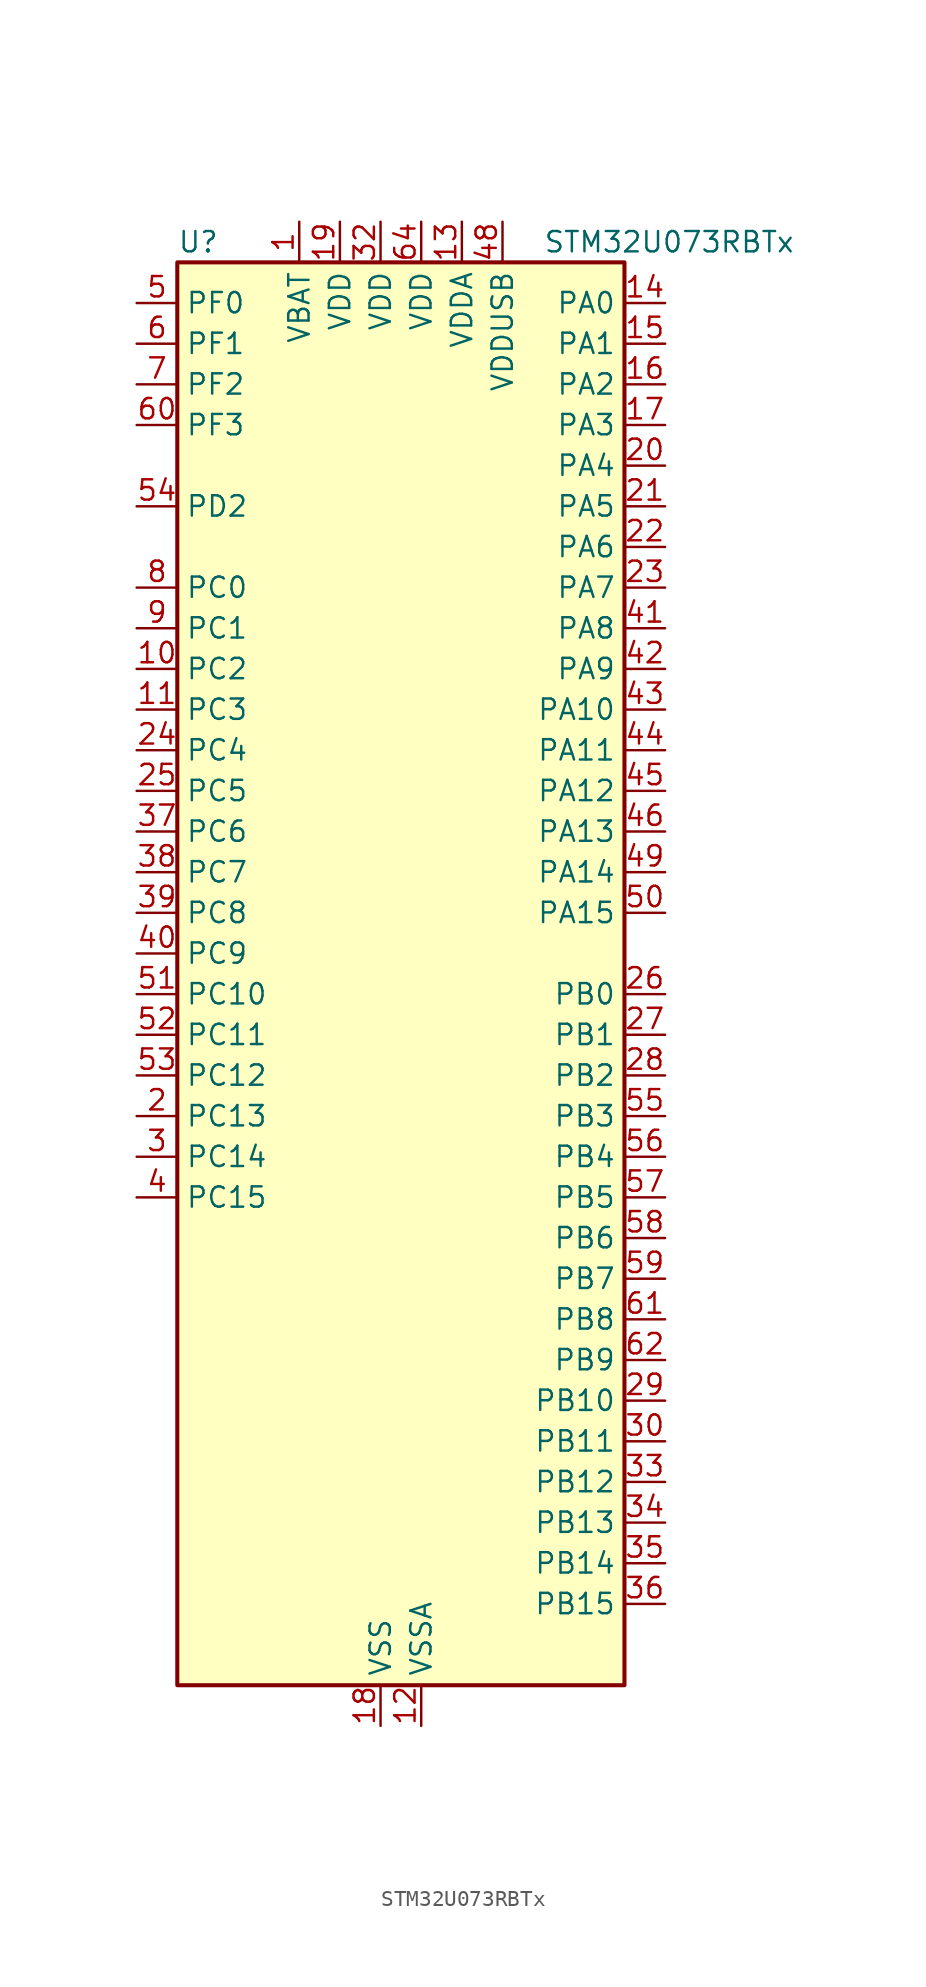
<source format=kicad_sym>
(kicad_symbol_lib
  (version 20231120)
  (generator "kicad_symbol_editor")
  (generator_version "8.99")
  (symbol "STM32U073RBTx"
    (property "Reference" "U"
      (at -12.7 46.99 0)
      (effects (font (size 1.27 1.27)) (justify left)))
    (property "Value" "STM32U073RBTx"
      (at 10.16 46.99 0)
      (effects (font (size 1.27 1.27)) (justify left)))
    (property "ki_locked" ""
      (at 0 0 0)
      (effects (font (size 1.27 1.27))))
    (symbol "STM32U073RBTx_0_1"
      (rectangle (start -12.7 -43.18) (end 15.24 45.72) (stroke (width 0.254) (type default)) (fill (type background))))
    (symbol "STM32U073RBTx_1_1"
      (pin power_in line (at -5.08 48.26 270) (length 2.54) (name "VBAT" (effects (font (size 1.27 1.27)))) (number "1" (effects (font (size 1.27 1.27)))))
      (pin bidirectional line (at -15.24 20.32 0) (length 2.54) (name "PC2" (effects (font (size 1.27 1.27)))) (number "10" (effects (font (size 1.27 1.27)))) (alternate "ADC1_IN2" bidirectional line) (alternate "LCD_BIAS3" bidirectional line) (alternate "LCD_SEG20" bidirectional line) (alternate "LPTIM1_IN2" bidirectional line) (alternate "RCC_MCO2" bidirectional line) (alternate "SPI2_MISO" bidirectional line))
      (pin bidirectional line (at -15.24 17.78 0) (length 2.54) (name "PC3" (effects (font (size 1.27 1.27)))) (number "11" (effects (font (size 1.27 1.27)))) (alternate "ADC1_IN3" bidirectional line) (alternate "LPTIM1_ETR" bidirectional line) (alternate "LPTIM2_ETR" bidirectional line) (alternate "LPTIM3_CH1" bidirectional line) (alternate "SPI2_MOSI" bidirectional line) (alternate "USART4_CK" bidirectional line))
      (pin power_in line (at 2.54 -45.72 90) (length 2.54) (name "VSSA" (effects (font (size 1.27 1.27)))) (number "12" (effects (font (size 1.27 1.27)))))
      (pin power_in line (at 5.08 48.26 270) (length 2.54) (name "VDDA" (effects (font (size 1.27 1.27)))) (number "13" (effects (font (size 1.27 1.27)))))
      (pin bidirectional line (at 17.78 43.18 180) (length 2.54) (name "PA0" (effects (font (size 1.27 1.27)))) (number "14" (effects (font (size 1.27 1.27)))) (alternate "ADC1_IN4" bidirectional line) (alternate "COMP1_INM" bidirectional line) (alternate "COMP1_OUT" bidirectional line) (alternate "LCD_SEG42" bidirectional line) (alternate "OPAMP1_VINP" bidirectional line) (alternate "PWR_WKUP1" bidirectional line) (alternate "TAMP_IN2" bidirectional line) (alternate "TIM2_CH1" bidirectional line) (alternate "TIM2_ETR" bidirectional line) (alternate "USART2_CTS" bidirectional line) (alternate "USART4_TX" bidirectional line))
      (pin bidirectional line (at 17.78 40.64 180) (length 2.54) (name "PA1" (effects (font (size 1.27 1.27)))) (number "15" (effects (font (size 1.27 1.27)))) (alternate "ADC1_IN5" bidirectional line) (alternate "COMP1_INP" bidirectional line) (alternate "LCD_SEG0" bidirectional line) (alternate "LPTIM1_CH2" bidirectional line) (alternate "OPAMP1_VINM" bidirectional line) (alternate "PWR_WKUP3" bidirectional line) (alternate "SPI1_SCK" bidirectional line) (alternate "SPI2_SCK" bidirectional line) (alternate "TAMP_IN5" bidirectional line) (alternate "TIM15_CH1N" bidirectional line) (alternate "TIM2_CH2" bidirectional line) (alternate "USART2_DE" bidirectional line) (alternate "USART2_RTS" bidirectional line) (alternate "USART4_RX" bidirectional line))
      (pin bidirectional line (at 17.78 38.1 180) (length 2.54) (name "PA2" (effects (font (size 1.27 1.27)))) (number "16" (effects (font (size 1.27 1.27)))) (alternate "ADC1_IN6" bidirectional line) (alternate "COMP2_INM" bidirectional line) (alternate "COMP2_OUT" bidirectional line) (alternate "LCD_SEG1" bidirectional line) (alternate "LPUART1_TX" bidirectional line) (alternate "PWR_WKUP4" bidirectional line) (alternate "RCC_LSCO" bidirectional line) (alternate "TIM15_CH1" bidirectional line) (alternate "TIM2_CH3" bidirectional line) (alternate "USART2_TX" bidirectional line))
      (pin bidirectional line (at 17.78 35.56 180) (length 2.54) (name "PA3" (effects (font (size 1.27 1.27)))) (number "17" (effects (font (size 1.27 1.27)))) (alternate "ADC1_IN7" bidirectional line) (alternate "COMP2_INP" bidirectional line) (alternate "LCD_SEG2" bidirectional line) (alternate "LPUART1_RX" bidirectional line) (alternate "OPAMP1_VOUT" bidirectional line) (alternate "TIM15_CH2" bidirectional line) (alternate "TIM2_CH4" bidirectional line) (alternate "USART2_RX" bidirectional line))
      (pin power_in line (at 0 -45.72 90) (length 2.54) (name "VSS" (effects (font (size 1.27 1.27)))) (number "18" (effects (font (size 1.27 1.27)))))
      (pin power_in line (at -2.54 48.26 270) (length 2.54) (name "VDD" (effects (font (size 1.27 1.27)))) (number "19" (effects (font (size 1.27 1.27)))))
      (pin bidirectional line (at -15.24 -7.62 0) (length 2.54) (name "PC13" (effects (font (size 1.27 1.27)))) (number "2" (effects (font (size 1.27 1.27)))) (alternate "LPTIM1_CH3" bidirectional line) (alternate "LPTIM3_CH3" bidirectional line) (alternate "PWR_WKUP2" bidirectional line) (alternate "RTC_OUT1" bidirectional line) (alternate "RTC_TS" bidirectional line) (alternate "TAMP_IN1" bidirectional line))
      (pin bidirectional line (at 17.78 33.02 180) (length 2.54) (name "PA4" (effects (font (size 1.27 1.27)))) (number "20" (effects (font (size 1.27 1.27)))) (alternate "ADC1_IN8" bidirectional line) (alternate "COMP1_INM" bidirectional line) (alternate "COMP2_INM" bidirectional line) (alternate "DAC1_OUT1" bidirectional line) (alternate "LCD_SEG43" bidirectional line) (alternate "LPTIM2_CH1" bidirectional line) (alternate "LPUART3_TX" bidirectional line) (alternate "SPI1_NSS" bidirectional line) (alternate "SPI3_NSS" bidirectional line) (alternate "USART2_CK" bidirectional line))
      (pin bidirectional line (at 17.78 30.48 180) (length 2.54) (name "PA5" (effects (font (size 1.27 1.27)))) (number "21" (effects (font (size 1.27 1.27)))) (alternate "ADC1_IN9" bidirectional line) (alternate "COMP1_INM" bidirectional line) (alternate "COMP2_INM" bidirectional line) (alternate "LCD_SEG44" bidirectional line) (alternate "LPTIM2_ETR" bidirectional line) (alternate "LPUART3_RX" bidirectional line) (alternate "SPI1_SCK" bidirectional line) (alternate "TIM2_CH1" bidirectional line) (alternate "TIM2_ETR" bidirectional line) (alternate "USART3_TX" bidirectional line))
      (pin bidirectional line (at 17.78 27.94 180) (length 2.54) (name "PA6" (effects (font (size 1.27 1.27)))) (number "22" (effects (font (size 1.27 1.27)))) (alternate "ADC1_IN10" bidirectional line) (alternate "COMP1_OUT" bidirectional line) (alternate "I2C2_SDA" bidirectional line) (alternate "I2C3_SDA" bidirectional line) (alternate "LCD_SEG3" bidirectional line) (alternate "LPUART1_CTS" bidirectional line) (alternate "SPI1_MISO" bidirectional line) (alternate "TIM16_CH1" bidirectional line) (alternate "TIM1_BKIN" bidirectional line) (alternate "TIM3_CH1" bidirectional line) (alternate "TSC_G5_IO1" bidirectional line) (alternate "USART3_CTS" bidirectional line))
      (pin bidirectional line (at 17.78 25.4 180) (length 2.54) (name "PA7" (effects (font (size 1.27 1.27)))) (number "23" (effects (font (size 1.27 1.27)))) (alternate "ADC1_IN14" bidirectional line) (alternate "COMP2_OUT" bidirectional line) (alternate "I2C2_SCL" bidirectional line) (alternate "I2C3_SCL" bidirectional line) (alternate "LCD_SEG4" bidirectional line) (alternate "LPTIM2_CH2" bidirectional line) (alternate "SPI1_MOSI" bidirectional line) (alternate "TIM1_CH1N" bidirectional line) (alternate "TIM3_CH2" bidirectional line) (alternate "USART3_RX" bidirectional line))
      (pin bidirectional line (at -15.24 15.24 0) (length 2.54) (name "PC4" (effects (font (size 1.27 1.27)))) (number "24" (effects (font (size 1.27 1.27)))) (alternate "ADC1_IN15" bidirectional line) (alternate "COMP1_INM" bidirectional line) (alternate "LCD_SEG22" bidirectional line) (alternate "LPUART3_TX" bidirectional line) (alternate "USART3_TX" bidirectional line))
      (pin bidirectional line (at -15.24 12.7 0) (length 2.54) (name "PC5" (effects (font (size 1.27 1.27)))) (number "25" (effects (font (size 1.27 1.27)))) (alternate "ADC1_IN16" bidirectional line) (alternate "COMP1_INP" bidirectional line) (alternate "LCD_SEG23" bidirectional line) (alternate "LPTIM3_CH3" bidirectional line) (alternate "LPUART3_RX" bidirectional line) (alternate "PWR_WKUP5" bidirectional line) (alternate "TAMP_IN4" bidirectional line) (alternate "USART3_RX" bidirectional line))
      (pin bidirectional line (at 17.78 0 180) (length 2.54) (name "PB0" (effects (font (size 1.27 1.27)))) (number "26" (effects (font (size 1.27 1.27)))) (alternate "ADC1_IN17" bidirectional line) (alternate "COMP1_OUT" bidirectional line) (alternate "LCD_SEG5" bidirectional line) (alternate "LPTIM3_CH1" bidirectional line) (alternate "LPUART2_CTS" bidirectional line) (alternate "SPI1_NSS" bidirectional line) (alternate "TIM1_CH2N" bidirectional line) (alternate "TIM3_CH3" bidirectional line) (alternate "TSC_G5_IO2" bidirectional line) (alternate "USART3_CK" bidirectional line))
      (pin bidirectional line (at 17.78 -2.54 180) (length 2.54) (name "PB1" (effects (font (size 1.27 1.27)))) (number "27" (effects (font (size 1.27 1.27)))) (alternate "ADC1_IN18" bidirectional line) (alternate "COMP1_INM" bidirectional line) (alternate "LCD_SEG6" bidirectional line) (alternate "LPTIM2_IN1" bidirectional line) (alternate "LPTIM3_CH2" bidirectional line) (alternate "LPUART1_DE" bidirectional line) (alternate "LPUART1_RTS" bidirectional line) (alternate "LPUART2_DE" bidirectional line) (alternate "LPUART2_RTS" bidirectional line) (alternate "TIM1_CH3N" bidirectional line) (alternate "TIM3_CH4" bidirectional line) (alternate "TSC_SYNC" bidirectional line) (alternate "USART3_DE" bidirectional line) (alternate "USART3_RTS" bidirectional line))
      (pin bidirectional line (at 17.78 -5.08 180) (length 2.54) (name "PB2" (effects (font (size 1.27 1.27)))) (number "28" (effects (font (size 1.27 1.27)))) (alternate "COMP1_INP" bidirectional line) (alternate "LPTIM1_CH1" bidirectional line) (alternate "RTC_OUT2" bidirectional line))
      (pin bidirectional line (at 17.78 -25.4 180) (length 2.54) (name "PB10" (effects (font (size 1.27 1.27)))) (number "29" (effects (font (size 1.27 1.27)))) (alternate "COMP1_OUT" bidirectional line) (alternate "I2C2_SCL" bidirectional line) (alternate "I2C4_SCL" bidirectional line) (alternate "LCD_SEG10" bidirectional line) (alternate "LPTIM3_CH1" bidirectional line) (alternate "LPUART1_RX" bidirectional line) (alternate "LPUART2_RX" bidirectional line) (alternate "SPI2_SCK" bidirectional line) (alternate "TIM2_CH3" bidirectional line) (alternate "TSC_G5_IO3" bidirectional line) (alternate "USART3_TX" bidirectional line))
      (pin bidirectional line (at -15.24 -10.16 0) (length 2.54) (name "PC14" (effects (font (size 1.27 1.27)))) (number "3" (effects (font (size 1.27 1.27)))) (alternate "RCC_OSC32_IN" bidirectional line))
      (pin bidirectional line (at 17.78 -27.94 180) (length 2.54) (name "PB11" (effects (font (size 1.27 1.27)))) (number "30" (effects (font (size 1.27 1.27)))) (alternate "ADC1_EXTI11" bidirectional line) (alternate "COMP2_OUT" bidirectional line) (alternate "I2C2_SDA" bidirectional line) (alternate "I2C4_SDA" bidirectional line) (alternate "LCD_SEG11" bidirectional line) (alternate "LPUART1_TX" bidirectional line) (alternate "LPUART2_TX" bidirectional line) (alternate "TIM2_CH4" bidirectional line) (alternate "TSC_G5_IO4" bidirectional line) (alternate "USART3_RX" bidirectional line))
      (pin passive line (at 0 -45.72 90) (length 2.54) hide (name "VSS" (effects (font (size 1.27 1.27)))) (number "31" (effects (font (size 1.27 1.27)))))
      (pin power_in line (at 0 48.26 270) (length 2.54) (name "VDD" (effects (font (size 1.27 1.27)))) (number "32" (effects (font (size 1.27 1.27)))))
      (pin bidirectional line (at 17.78 -30.48 180) (length 2.54) (name "PB12" (effects (font (size 1.27 1.27)))) (number "33" (effects (font (size 1.27 1.27)))) (alternate "LCD_SEG12" bidirectional line) (alternate "LPUART1_DE" bidirectional line) (alternate "LPUART1_RTS" bidirectional line) (alternate "SPI2_NSS" bidirectional line) (alternate "TIM15_BKIN" bidirectional line) (alternate "TIM1_BKIN" bidirectional line) (alternate "TSC_G1_IO1" bidirectional line) (alternate "USART3_CK" bidirectional line))
      (pin bidirectional line (at 17.78 -33.02 180) (length 2.54) (name "PB13" (effects (font (size 1.27 1.27)))) (number "34" (effects (font (size 1.27 1.27)))) (alternate "I2C2_SCL" bidirectional line) (alternate "LCD_SEG13" bidirectional line) (alternate "LPTIM3_IN1" bidirectional line) (alternate "LPUART1_CTS" bidirectional line) (alternate "SPI2_SCK" bidirectional line) (alternate "TIM15_CH1N" bidirectional line) (alternate "TIM1_CH1N" bidirectional line) (alternate "TSC_G1_IO2" bidirectional line) (alternate "USART3_CTS" bidirectional line))
      (pin bidirectional line (at 17.78 -35.56 180) (length 2.54) (name "PB14" (effects (font (size 1.27 1.27)))) (number "35" (effects (font (size 1.27 1.27)))) (alternate "I2C2_SDA" bidirectional line) (alternate "LCD_SEG14" bidirectional line) (alternate "LPTIM3_ETR" bidirectional line) (alternate "SPI2_MISO" bidirectional line) (alternate "TIM15_CH1" bidirectional line) (alternate "TIM1_CH2N" bidirectional line) (alternate "TSC_G1_IO3" bidirectional line) (alternate "USART3_DE" bidirectional line) (alternate "USART3_RTS" bidirectional line))
      (pin bidirectional line (at 17.78 -38.1 180) (length 2.54) (name "PB15" (effects (font (size 1.27 1.27)))) (number "36" (effects (font (size 1.27 1.27)))) (alternate "LCD_SEG15" bidirectional line) (alternate "PWR_WKUP7" bidirectional line) (alternate "RTC_REFIN" bidirectional line) (alternate "SPI2_MOSI" bidirectional line) (alternate "TAMP_IN3" bidirectional line) (alternate "TIM15_CH2" bidirectional line) (alternate "TIM1_CH3N" bidirectional line) (alternate "TSC_G1_IO4" bidirectional line))
      (pin bidirectional line (at -15.24 10.16 0) (length 2.54) (name "PC6" (effects (font (size 1.27 1.27)))) (number "37" (effects (font (size 1.27 1.27)))) (alternate "COMP1_INP" bidirectional line) (alternate "LCD_SEG24" bidirectional line) (alternate "LPUART2_TX" bidirectional line) (alternate "TIM3_CH1" bidirectional line) (alternate "TSC_G4_IO1" bidirectional line))
      (pin bidirectional line (at -15.24 7.62 0) (length 2.54) (name "PC7" (effects (font (size 1.27 1.27)))) (number "38" (effects (font (size 1.27 1.27)))) (alternate "LCD_SEG25" bidirectional line) (alternate "LPTIM2_CH2" bidirectional line) (alternate "LPTIM3_CH4" bidirectional line) (alternate "LPUART2_RX" bidirectional line) (alternate "TIM3_CH2" bidirectional line) (alternate "TSC_G4_IO2" bidirectional line))
      (pin bidirectional line (at -15.24 5.08 0) (length 2.54) (name "PC8" (effects (font (size 1.27 1.27)))) (number "39" (effects (font (size 1.27 1.27)))) (alternate "LCD_SEG26" bidirectional line) (alternate "LPTIM3_CH1" bidirectional line) (alternate "TIM3_CH3" bidirectional line) (alternate "TSC_G4_IO3" bidirectional line))
      (pin bidirectional line (at -15.24 -12.7 0) (length 2.54) (name "PC15" (effects (font (size 1.27 1.27)))) (number "4" (effects (font (size 1.27 1.27)))) (alternate "RCC_OSC32_EN" bidirectional line) (alternate "RCC_OSC32_OUT" bidirectional line) (alternate "RCC_OSC_EN" bidirectional line))
      (pin bidirectional line (at -15.24 2.54 0) (length 2.54) (name "PC9" (effects (font (size 1.27 1.27)))) (number "40" (effects (font (size 1.27 1.27)))) (alternate "DAC1_EXTI9" bidirectional line) (alternate "LCD_SEG27" bidirectional line) (alternate "LPTIM3_CH2" bidirectional line) (alternate "TIM3_CH4" bidirectional line) (alternate "TSC_G4_IO4" bidirectional line) (alternate "USB_NOE" bidirectional line))
      (pin bidirectional line (at 17.78 22.86 180) (length 2.54) (name "PA8" (effects (font (size 1.27 1.27)))) (number "41" (effects (font (size 1.27 1.27)))) (alternate "LCD_COM0" bidirectional line) (alternate "LPTIM2_CH1" bidirectional line) (alternate "RCC_MCO" bidirectional line) (alternate "RCC_MCO2" bidirectional line) (alternate "TIM1_CH1" bidirectional line) (alternate "TSC_G7_IO1" bidirectional line) (alternate "USART1_CK" bidirectional line))
      (pin bidirectional line (at 17.78 20.32 180) (length 2.54) (name "PA9" (effects (font (size 1.27 1.27)))) (number "42" (effects (font (size 1.27 1.27)))) (alternate "COMP1_INP" bidirectional line) (alternate "DAC1_EXTI9" bidirectional line) (alternate "I2C1_SCL" bidirectional line) (alternate "I2C2_SCL" bidirectional line) (alternate "LCD_COM1" bidirectional line) (alternate "RCC_MCO" bidirectional line) (alternate "TIM15_BKIN" bidirectional line) (alternate "TIM1_CH2" bidirectional line) (alternate "TSC_G7_IO2" bidirectional line) (alternate "USART1_TX" bidirectional line))
      (pin bidirectional line (at 17.78 17.78 180) (length 2.54) (name "PA10" (effects (font (size 1.27 1.27)))) (number "43" (effects (font (size 1.27 1.27)))) (alternate "CRS_SYNC" bidirectional line) (alternate "I2C1_SDA" bidirectional line) (alternate "I2C2_SDA" bidirectional line) (alternate "LCD_COM2" bidirectional line) (alternate "RCC_MCO2" bidirectional line) (alternate "SPI2_NSS" bidirectional line) (alternate "TIM1_CH3" bidirectional line) (alternate "TSC_G7_IO3" bidirectional line) (alternate "USART1_RX" bidirectional line))
      (pin bidirectional line (at 17.78 15.24 180) (length 2.54) (name "PA11" (effects (font (size 1.27 1.27)))) (number "44" (effects (font (size 1.27 1.27)))) (alternate "ADC1_EXTI11" bidirectional line) (alternate "COMP1_OUT" bidirectional line) (alternate "SPI1_MISO" bidirectional line) (alternate "SPI2_MISO" bidirectional line) (alternate "TIM1_BKIN2" bidirectional line) (alternate "TIM1_CH4" bidirectional line) (alternate "USART1_CTS" bidirectional line) (alternate "USB_DM" bidirectional line))
      (pin bidirectional line (at 17.78 12.7 180) (length 2.54) (name "PA12" (effects (font (size 1.27 1.27)))) (number "45" (effects (font (size 1.27 1.27)))) (alternate "SPI1_MOSI" bidirectional line) (alternate "SPI2_MOSI" bidirectional line) (alternate "TIM1_ETR" bidirectional line) (alternate "USART1_DE" bidirectional line) (alternate "USART1_RTS" bidirectional line) (alternate "USB_DP" bidirectional line))
      (pin bidirectional line (at 17.78 10.16 180) (length 2.54) (name "PA13" (effects (font (size 1.27 1.27)))) (number "46" (effects (font (size 1.27 1.27)))) (alternate "DEBUG_JTMS-SWDIO" bidirectional line) (alternate "IR_OUT" bidirectional line) (alternate "LCD_SEG40" bidirectional line) (alternate "TSC_G7_IO4" bidirectional line) (alternate "USB_NOE" bidirectional line))
      (pin passive line (at 0 -45.72 90) (length 2.54) hide (name "VSS" (effects (font (size 1.27 1.27)))) (number "47" (effects (font (size 1.27 1.27)))))
      (pin power_in line (at 7.62 48.26 270) (length 2.54) (name "VDDUSB" (effects (font (size 1.27 1.27)))) (number "48" (effects (font (size 1.27 1.27)))))
      (pin bidirectional line (at 17.78 7.62 180) (length 2.54) (name "PA14" (effects (font (size 1.27 1.27)))) (number "49" (effects (font (size 1.27 1.27)))) (alternate "DEBUG_JTCK-SWCLK" bidirectional line) (alternate "LCD_SEG41" bidirectional line) (alternate "LPTIM1_CH1" bidirectional line) (alternate "TSC_G3_IO4" bidirectional line))
      (pin bidirectional line (at -15.24 43.18 0) (length 2.54) (name "PF0" (effects (font (size 1.27 1.27)))) (number "5" (effects (font (size 1.27 1.27)))) (alternate "RCC_OSC_IN" bidirectional line))
      (pin bidirectional line (at 17.78 5.08 180) (length 2.54) (name "PA15" (effects (font (size 1.27 1.27)))) (number "50" (effects (font (size 1.27 1.27)))) (alternate "DEBUG_JTDI" bidirectional line) (alternate "LCD_SEG17" bidirectional line) (alternate "LPTIM3_CH3" bidirectional line) (alternate "LPTIM3_IN2" bidirectional line) (alternate "SPI1_NSS" bidirectional line) (alternate "SPI3_NSS" bidirectional line) (alternate "TIM2_CH1" bidirectional line) (alternate "TIM2_ETR" bidirectional line) (alternate "TSC_G3_IO1" bidirectional line) (alternate "USART2_RX" bidirectional line) (alternate "USART3_DE" bidirectional line) (alternate "USART3_RTS" bidirectional line) (alternate "USART4_DE" bidirectional line) (alternate "USART4_RTS" bidirectional line))
      (pin bidirectional line (at -15.24 0 0) (length 2.54) (name "PC10" (effects (font (size 1.27 1.27)))) (number "51" (effects (font (size 1.27 1.27)))) (alternate "LCD_COM4" bidirectional line) (alternate "LCD_SEG28" bidirectional line) (alternate "LCD_SEG48" bidirectional line) (alternate "LPTIM3_ETR" bidirectional line) (alternate "SPI3_SCK" bidirectional line) (alternate "TSC_G3_IO2" bidirectional line) (alternate "USART3_TX" bidirectional line) (alternate "USART4_TX" bidirectional line))
      (pin bidirectional line (at -15.24 -2.54 0) (length 2.54) (name "PC11" (effects (font (size 1.27 1.27)))) (number "52" (effects (font (size 1.27 1.27)))) (alternate "ADC1_EXTI11" bidirectional line) (alternate "LCD_COM5" bidirectional line) (alternate "LCD_SEG29" bidirectional line) (alternate "LCD_SEG49" bidirectional line) (alternate "LPTIM3_IN1" bidirectional line) (alternate "SPI3_MISO" bidirectional line) (alternate "TSC_G3_IO3" bidirectional line) (alternate "USART3_RX" bidirectional line) (alternate "USART4_RX" bidirectional line))
      (pin bidirectional line (at -15.24 -5.08 0) (length 2.54) (name "PC12" (effects (font (size 1.27 1.27)))) (number "53" (effects (font (size 1.27 1.27)))) (alternate "LCD_COM6" bidirectional line) (alternate "LCD_SEG30" bidirectional line) (alternate "LCD_SEG50" bidirectional line) (alternate "LPTIM3_CH3" bidirectional line) (alternate "SPI3_MOSI" bidirectional line) (alternate "USART3_CK" bidirectional line) (alternate "USART4_CK" bidirectional line))
      (pin bidirectional line (at -15.24 30.48 0) (length 2.54) (name "PD2" (effects (font (size 1.27 1.27)))) (number "54" (effects (font (size 1.27 1.27)))) (alternate "LCD_COM7" bidirectional line) (alternate "LCD_SEG31" bidirectional line) (alternate "LCD_SEG51" bidirectional line) (alternate "TIM3_ETR" bidirectional line) (alternate "TSC_SYNC" bidirectional line) (alternate "USART3_DE" bidirectional line) (alternate "USART3_RTS" bidirectional line))
      (pin bidirectional line (at 17.78 -7.62 180) (length 2.54) (name "PB3" (effects (font (size 1.27 1.27)))) (number "55" (effects (font (size 1.27 1.27)))) (alternate "COMP2_INM" bidirectional line) (alternate "DEBUG_JTDO-SWO" bidirectional line) (alternate "I2C2_SCL" bidirectional line) (alternate "I2C3_SCL" bidirectional line) (alternate "LCD_SEG7" bidirectional line) (alternate "LPTIM1_CH3" bidirectional line) (alternate "SPI1_SCK" bidirectional line) (alternate "SPI3_SCK" bidirectional line) (alternate "TIM2_CH2" bidirectional line) (alternate "USART1_DE" bidirectional line) (alternate "USART1_RTS" bidirectional line))
      (pin bidirectional line (at 17.78 -10.16 180) (length 2.54) (name "PB4" (effects (font (size 1.27 1.27)))) (number "56" (effects (font (size 1.27 1.27)))) (alternate "COMP2_INP" bidirectional line) (alternate "I2C2_SDA" bidirectional line) (alternate "I2C3_SDA" bidirectional line) (alternate "LCD_SEG8" bidirectional line) (alternate "LPTIM1_CH4" bidirectional line) (alternate "LPUART3_DE" bidirectional line) (alternate "LPUART3_RTS" bidirectional line) (alternate "SPI1_MISO" bidirectional line) (alternate "SPI3_MISO" bidirectional line) (alternate "TIM3_CH1" bidirectional line) (alternate "TSC_G2_IO1" bidirectional line) (alternate "USART1_CTS" bidirectional line))
      (pin bidirectional line (at 17.78 -12.7 180) (length 2.54) (name "PB5" (effects (font (size 1.27 1.27)))) (number "57" (effects (font (size 1.27 1.27)))) (alternate "COMP2_OUT" bidirectional line) (alternate "LCD_SEG9" bidirectional line) (alternate "LPTIM1_IN1" bidirectional line) (alternate "LPUART3_CTS" bidirectional line) (alternate "SPI1_MOSI" bidirectional line) (alternate "SPI3_MOSI" bidirectional line) (alternate "TIM16_BKIN" bidirectional line) (alternate "TIM3_CH2" bidirectional line) (alternate "TSC_G2_IO2" bidirectional line) (alternate "USART1_CK" bidirectional line))
      (pin bidirectional line (at 17.78 -15.24 180) (length 2.54) (name "PB6" (effects (font (size 1.27 1.27)))) (number "58" (effects (font (size 1.27 1.27)))) (alternate "COMP2_INP" bidirectional line) (alternate "I2C1_SCL" bidirectional line) (alternate "I2C2_SCL" bidirectional line) (alternate "I2C4_SCL" bidirectional line) (alternate "LPTIM1_ETR" bidirectional line) (alternate "LPUART2_TX" bidirectional line) (alternate "LPUART3_TX" bidirectional line) (alternate "TIM16_CH1N" bidirectional line) (alternate "TSC_G2_IO3" bidirectional line) (alternate "USART1_TX" bidirectional line))
      (pin bidirectional line (at 17.78 -17.78 180) (length 2.54) (name "PB7" (effects (font (size 1.27 1.27)))) (number "59" (effects (font (size 1.27 1.27)))) (alternate "COMP2_INM" bidirectional line) (alternate "I2C1_SDA" bidirectional line) (alternate "I2C2_SDA" bidirectional line) (alternate "I2C4_SDA" bidirectional line) (alternate "LCD_SEG21" bidirectional line) (alternate "LPTIM1_IN2" bidirectional line) (alternate "LPUART2_RX" bidirectional line) (alternate "LPUART3_RX" bidirectional line) (alternate "PWR_PVD_IN" bidirectional line) (alternate "TSC_G2_IO4" bidirectional line) (alternate "USART1_RX" bidirectional line) (alternate "USART4_CTS" bidirectional line))
      (pin bidirectional line (at -15.24 40.64 0) (length 2.54) (name "PF1" (effects (font (size 1.27 1.27)))) (number "6" (effects (font (size 1.27 1.27)))) (alternate "RCC_OSC_EN" bidirectional line) (alternate "RCC_OSC_OUT" bidirectional line))
      (pin bidirectional line (at -15.24 35.56 0) (length 2.54) (name "PF3" (effects (font (size 1.27 1.27)))) (number "60" (effects (font (size 1.27 1.27)))))
      (pin bidirectional line (at 17.78 -20.32 180) (length 2.54) (name "PB8" (effects (font (size 1.27 1.27)))) (number "61" (effects (font (size 1.27 1.27)))) (alternate "I2C1_SCL" bidirectional line) (alternate "I2C2_SCL" bidirectional line) (alternate "LCD_SEG16" bidirectional line) (alternate "LPTIM1_IN2" bidirectional line) (alternate "LPTIM3_IN2" bidirectional line) (alternate "TIM16_CH1" bidirectional line) (alternate "USART3_TX" bidirectional line))
      (pin bidirectional line (at 17.78 -22.86 180) (length 2.54) (name "PB9" (effects (font (size 1.27 1.27)))) (number "62" (effects (font (size 1.27 1.27)))) (alternate "DAC1_EXTI9" bidirectional line) (alternate "I2C1_SDA" bidirectional line) (alternate "I2C2_SDA" bidirectional line) (alternate "IR_OUT" bidirectional line) (alternate "LCD_COM3" bidirectional line) (alternate "LPTIM1_CH4" bidirectional line) (alternate "LPTIM3_CH4" bidirectional line) (alternate "SPI2_NSS" bidirectional line) (alternate "USART3_RX" bidirectional line))
      (pin passive line (at 0 -45.72 90) (length 2.54) hide (name "VSS" (effects (font (size 1.27 1.27)))) (number "63" (effects (font (size 1.27 1.27)))))
      (pin power_in line (at 2.54 48.26 270) (length 2.54) (name "VDD" (effects (font (size 1.27 1.27)))) (number "64" (effects (font (size 1.27 1.27)))))
      (pin bidirectional line (at -15.24 38.1 0) (length 2.54) (name "PF2" (effects (font (size 1.27 1.27)))) (number "7" (effects (font (size 1.27 1.27)))) (alternate "RCC_MCO" bidirectional line))
      (pin bidirectional line (at -15.24 25.4 0) (length 2.54) (name "PC0" (effects (font (size 1.27 1.27)))) (number "8" (effects (font (size 1.27 1.27)))) (alternate "ADC1_IN0" bidirectional line) (alternate "I2C3_SCL" bidirectional line) (alternate "I2C4_SCL" bidirectional line) (alternate "LCD_BIAS1" bidirectional line) (alternate "LCD_SEG18" bidirectional line) (alternate "LPTIM1_IN1" bidirectional line) (alternate "LPTIM2_IN1" bidirectional line) (alternate "LPUART1_RX" bidirectional line) (alternate "LPUART2_TX" bidirectional line))
      (pin bidirectional line (at -15.24 22.86 0) (length 2.54) (name "PC1" (effects (font (size 1.27 1.27)))) (number "9" (effects (font (size 1.27 1.27)))) (alternate "ADC1_IN1" bidirectional line) (alternate "I2C3_SDA" bidirectional line) (alternate "I2C4_SDA" bidirectional line) (alternate "LCD_BIAS2" bidirectional line) (alternate "LCD_SEG19" bidirectional line) (alternate "LPTIM1_CH1" bidirectional line) (alternate "LPUART1_TX" bidirectional line) (alternate "LPUART2_RX" bidirectional line)))))
</source>
